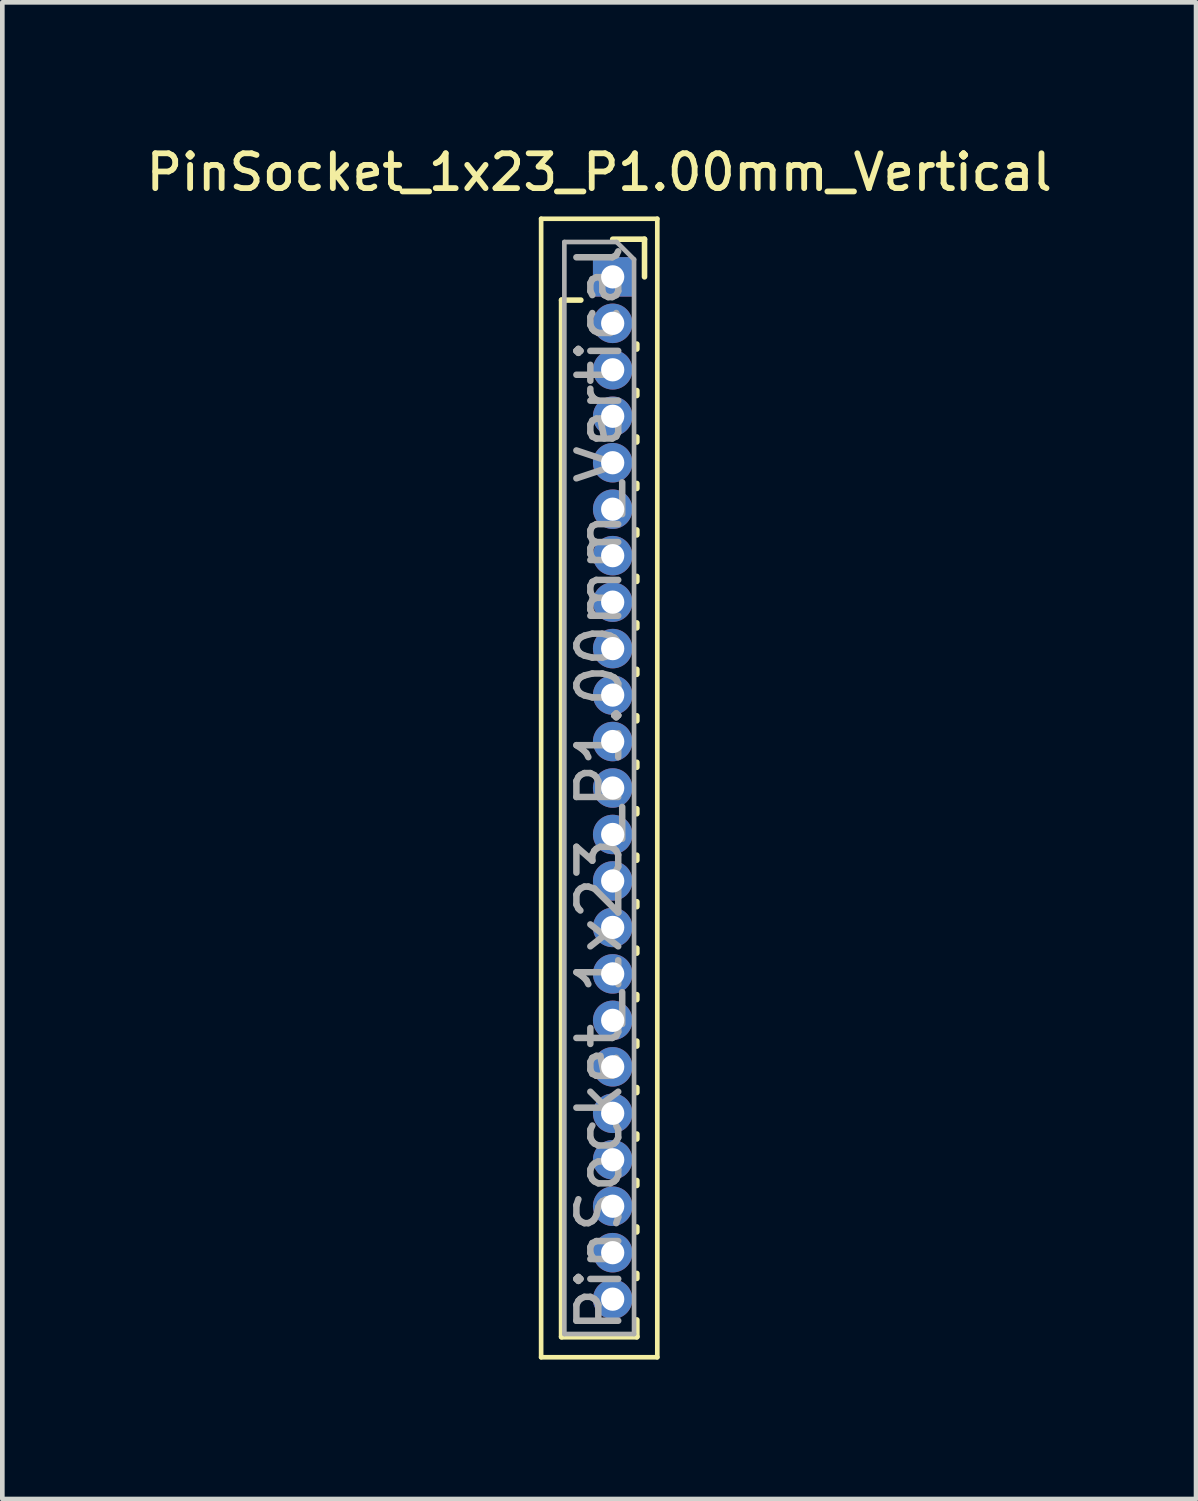
<source format=kicad_pcb>
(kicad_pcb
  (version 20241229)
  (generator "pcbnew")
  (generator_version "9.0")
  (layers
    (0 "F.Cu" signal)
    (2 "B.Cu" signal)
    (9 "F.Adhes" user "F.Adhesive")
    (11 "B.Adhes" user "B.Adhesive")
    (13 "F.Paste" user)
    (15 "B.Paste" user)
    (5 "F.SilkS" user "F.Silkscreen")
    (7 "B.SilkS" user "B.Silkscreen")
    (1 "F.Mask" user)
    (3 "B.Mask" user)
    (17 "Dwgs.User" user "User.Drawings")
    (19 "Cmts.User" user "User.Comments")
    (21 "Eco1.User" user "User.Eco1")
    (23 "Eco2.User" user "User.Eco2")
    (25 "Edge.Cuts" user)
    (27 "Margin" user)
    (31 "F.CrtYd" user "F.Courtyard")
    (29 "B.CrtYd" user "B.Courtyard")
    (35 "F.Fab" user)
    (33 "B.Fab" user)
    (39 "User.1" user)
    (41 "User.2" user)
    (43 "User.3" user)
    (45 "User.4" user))
  (footprint "PinSocket_1x23_P1.00mm_Vertical"
    (layer "F.Cu")
    (at 10.135 2.908)
    (property "Reference" "PinSocket_1x23_P1.00mm_Vertical" (at -0.29 -2.25 0) (layer "F.SilkS") (effects (font (size 0.75 0.75) (thickness 0.125))))
    (attr through_hole)
    (fp_line (start -1.54 -1.25) (end 0.96 -1.25) (stroke (width 0.1) (type solid)) (layer "F.SilkS"))
    (fp_line (start -1.54 23.25) (end -1.54 -1.25) (stroke (width 0.1) (type solid)) (layer "F.SilkS"))
    (fp_line (start -1.1 0.5) (end -1.1 22.81) (stroke (width 0.12) (type solid)) (layer "F.SilkS"))
    (fp_line (start -1.1 0.5) (end -0.685 0.5) (stroke (width 0.12) (type solid)) (layer "F.SilkS"))
    (fp_line (start -1.1 22.81) (end 0.52 22.81) (stroke (width 0.12) (type solid)) (layer "F.SilkS"))
    (fp_line (start 0 -0.81) (end 0.685 -0.81) (stroke (width 0.12) (type solid)) (layer "F.SilkS"))
    (fp_line (start 0.52 1.446) (end 0.52 1.554) (stroke (width 0.12) (type solid)) (layer "F.SilkS"))
    (fp_line (start 0.52 2.446) (end 0.52 2.554) (stroke (width 0.12) (type solid)) (layer "F.SilkS"))
    (fp_line (start 0.52 3.446) (end 0.52 3.554) (stroke (width 0.12) (type solid)) (layer "F.SilkS"))
    (fp_line (start 0.52 4.446) (end 0.52 4.554) (stroke (width 0.12) (type solid)) (layer "F.SilkS"))
    (fp_line (start 0.52 5.446) (end 0.52 5.554) (stroke (width 0.12) (type solid)) (layer "F.SilkS"))
    (fp_line (start 0.52 6.446) (end 0.52 6.554) (stroke (width 0.12) (type solid)) (layer "F.SilkS"))
    (fp_line (start 0.52 7.446) (end 0.52 7.554) (stroke (width 0.12) (type solid)) (layer "F.SilkS"))
    (fp_line (start 0.52 8.446) (end 0.52 8.554) (stroke (width 0.12) (type solid)) (layer "F.SilkS"))
    (fp_line (start 0.52 9.446) (end 0.52 9.554) (stroke (width 0.12) (type solid)) (layer "F.SilkS"))
    (fp_line (start 0.52 10.446) (end 0.52 10.554) (stroke (width 0.12) (type solid)) (layer "F.SilkS"))
    (fp_line (start 0.52 11.446) (end 0.52 11.554) (stroke (width 0.12) (type solid)) (layer "F.SilkS"))
    (fp_line (start 0.52 12.446) (end 0.52 12.554) (stroke (width 0.12) (type solid)) (layer "F.SilkS"))
    (fp_line (start 0.52 13.446) (end 0.52 13.554) (stroke (width 0.12) (type solid)) (layer "F.SilkS"))
    (fp_line (start 0.52 14.446) (end 0.52 14.554) (stroke (width 0.12) (type solid)) (layer "F.SilkS"))
    (fp_line (start 0.52 15.446) (end 0.52 15.554) (stroke (width 0.12) (type solid)) (layer "F.SilkS"))
    (fp_line (start 0.52 16.446) (end 0.52 16.554) (stroke (width 0.12) (type solid)) (layer "F.SilkS"))
    (fp_line (start 0.52 17.446) (end 0.52 17.554) (stroke (width 0.12) (type solid)) (layer "F.SilkS"))
    (fp_line (start 0.52 18.446) (end 0.52 18.554) (stroke (width 0.12) (type solid)) (layer "F.SilkS"))
    (fp_line (start 0.52 19.446) (end 0.52 19.554) (stroke (width 0.12) (type solid)) (layer "F.SilkS"))
    (fp_line (start 0.52 20.446) (end 0.52 20.554) (stroke (width 0.12) (type solid)) (layer "F.SilkS"))
    (fp_line (start 0.52 21.446) (end 0.52 21.554) (stroke (width 0.12) (type solid)) (layer "F.SilkS"))
    (fp_line (start 0.52 22.446) (end 0.52 22.81) (stroke (width 0.12) (type solid)) (layer "F.SilkS"))
    (fp_line (start 0.685 -0.81) (end 0.685 0) (stroke (width 0.12) (type solid)) (layer "F.SilkS"))
    (fp_line (start 0.96 -1.25) (end 0.96 23.25) (stroke (width 0.1) (type solid)) (layer "F.SilkS"))
    (fp_line (start 0.96 23.25) (end -1.54 23.25) (stroke (width 0.1) (type solid)) (layer "F.SilkS"))
    (fp_line (start -1.04 -0.75) (end 0.085 -0.75) (stroke (width 0.1) (type solid)) (layer "F.Fab"))
    (fp_line (start -1.04 22.75) (end -1.04 -0.75) (stroke (width 0.1) (type solid)) (layer "F.Fab"))
    (fp_line (start 0.085 -0.75) (end 0.46 -0.375) (stroke (width 0.1) (type solid)) (layer "F.Fab"))
    (fp_line (start 0.46 -0.375) (end 0.46 22.75) (stroke (width 0.1) (type solid)) (layer "F.Fab"))
    (fp_line (start 0.46 22.75) (end -1.04 22.75) (stroke (width 0.1) (type solid)) (layer "F.Fab"))
    (fp_text user "${REFERENCE}" (at -0.29 11 90) (layer "F.Fab") (effects (font (size 0.9 0.9) (thickness 0.14))))
    (pad "1" thru_hole rect (at 0 0) (size 0.85 0.85) (drill 0.5) (layers "*.Cu" "*.Mask"))
    (pad "2" thru_hole oval (at 0 1) (size 0.85 0.85) (drill 0.5) (layers "*.Cu" "*.Mask"))
    (pad "3" thru_hole oval (at 0 2) (size 0.85 0.85) (drill 0.5) (layers "*.Cu" "*.Mask"))
    (pad "4" thru_hole oval (at 0 3) (size 0.85 0.85) (drill 0.5) (layers "*.Cu" "*.Mask"))
    (pad "5" thru_hole oval (at 0 4) (size 0.85 0.85) (drill 0.5) (layers "*.Cu" "*.Mask"))
    (pad "6" thru_hole oval (at 0 5) (size 0.85 0.85) (drill 0.5) (layers "*.Cu" "*.Mask"))
    (pad "7" thru_hole oval (at 0 6) (size 0.85 0.85) (drill 0.5) (layers "*.Cu" "*.Mask"))
    (pad "8" thru_hole oval (at 0 7) (size 0.85 0.85) (drill 0.5) (layers "*.Cu" "*.Mask"))
    (pad "9" thru_hole oval (at 0 8) (size 0.85 0.85) (drill 0.5) (layers "*.Cu" "*.Mask"))
    (pad "10" thru_hole oval (at 0 9) (size 0.85 0.85) (drill 0.5) (layers "*.Cu" "*.Mask"))
    (pad "11" thru_hole oval (at 0 10) (size 0.85 0.85) (drill 0.5) (layers "*.Cu" "*.Mask"))
    (pad "12" thru_hole oval (at 0 11) (size 0.85 0.85) (drill 0.5) (layers "*.Cu" "*.Mask"))
    (pad "13" thru_hole oval (at 0 12) (size 0.85 0.85) (drill 0.5) (layers "*.Cu" "*.Mask"))
    (pad "14" thru_hole oval (at 0 13) (size 0.85 0.85) (drill 0.5) (layers "*.Cu" "*.Mask"))
    (pad "15" thru_hole oval (at 0 14) (size 0.85 0.85) (drill 0.5) (layers "*.Cu" "*.Mask"))
    (pad "16" thru_hole oval (at 0 15) (size 0.85 0.85) (drill 0.5) (layers "*.Cu" "*.Mask"))
    (pad "17" thru_hole oval (at 0 16) (size 0.85 0.85) (drill 0.5) (layers "*.Cu" "*.Mask"))
    (pad "18" thru_hole oval (at 0 17) (size 0.85 0.85) (drill 0.5) (layers "*.Cu" "*.Mask"))
    (pad "19" thru_hole oval (at 0 18) (size 0.85 0.85) (drill 0.5) (layers "*.Cu" "*.Mask"))
    (pad "20" thru_hole oval (at 0 19) (size 0.85 0.85) (drill 0.5) (layers "*.Cu" "*.Mask"))
    (pad "21" thru_hole oval (at 0 20) (size 0.85 0.85) (drill 0.5) (layers "*.Cu" "*.Mask"))
    (pad "22" thru_hole oval (at 0 21) (size 0.85 0.85) (drill 0.5) (layers "*.Cu" "*.Mask"))
    (pad "23" thru_hole oval (at 0 22) (size 0.85 0.85) (drill 0.5) (layers "*.Cu" "*.Mask")))
  (gr_rect
    (start -3 -3)
    (end 22.689 29.208)
    (stroke (width 0.1) (type default))
    (fill no)
    (layer "Edge.Cuts")))
</source>
